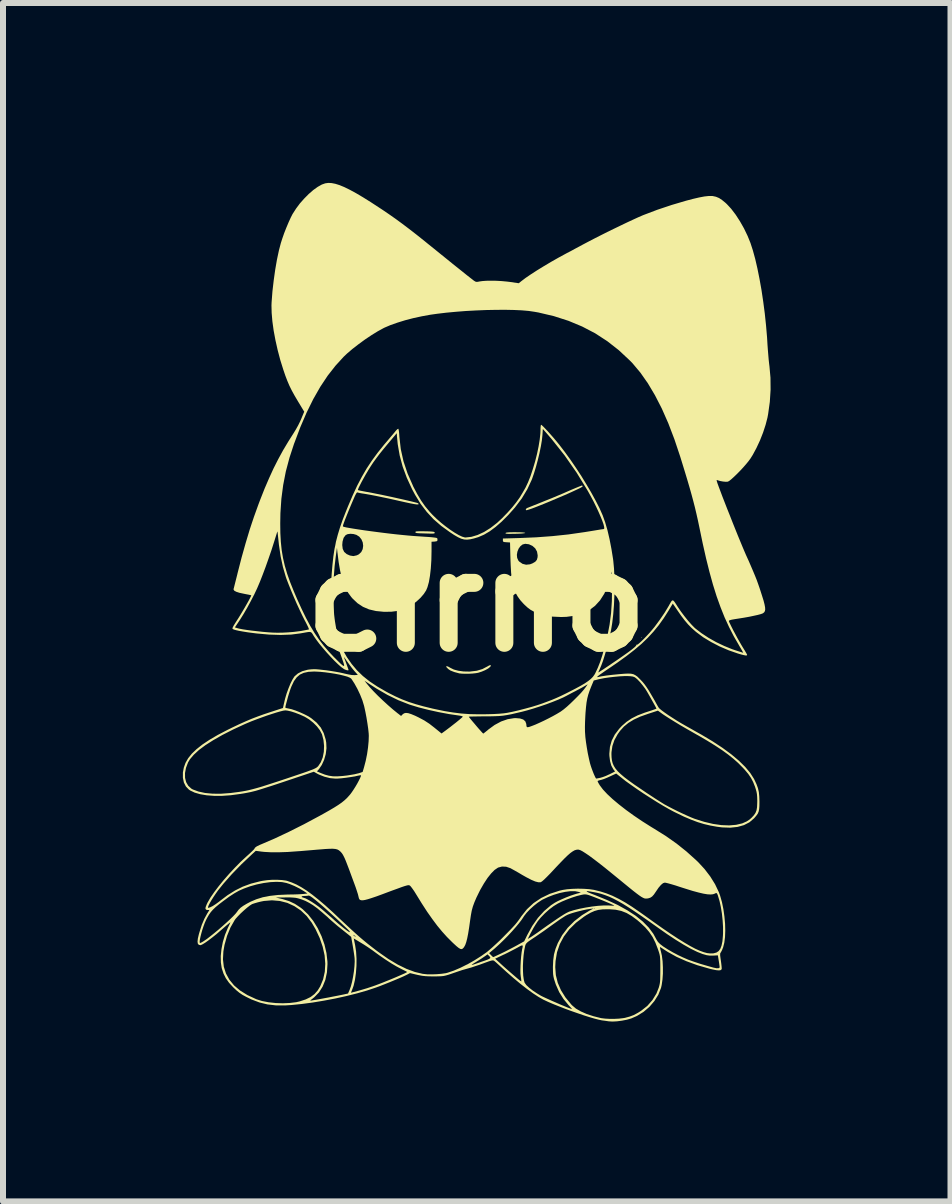
<source format=kicad_pcb>
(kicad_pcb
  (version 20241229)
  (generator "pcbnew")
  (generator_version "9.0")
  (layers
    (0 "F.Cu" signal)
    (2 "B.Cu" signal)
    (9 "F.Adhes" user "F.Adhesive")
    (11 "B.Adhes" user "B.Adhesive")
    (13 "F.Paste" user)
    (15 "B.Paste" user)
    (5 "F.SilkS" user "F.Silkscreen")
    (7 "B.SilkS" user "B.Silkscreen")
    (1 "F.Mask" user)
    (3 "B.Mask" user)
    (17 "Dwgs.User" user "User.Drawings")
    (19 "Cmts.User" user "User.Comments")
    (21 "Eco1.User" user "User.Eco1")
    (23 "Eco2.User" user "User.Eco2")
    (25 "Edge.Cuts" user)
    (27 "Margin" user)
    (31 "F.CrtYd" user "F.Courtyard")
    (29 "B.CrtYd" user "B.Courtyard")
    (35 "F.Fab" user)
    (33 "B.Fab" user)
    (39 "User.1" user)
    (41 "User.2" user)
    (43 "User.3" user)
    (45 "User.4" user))
  (footprint "cirno"
    (layer "F.Cu")
    (at 4.896 6.991)
    (property "Reference" "cirno" (at 0 0 0) (layer "F.SilkS") (effects (font (size 1.5 1.5) (thickness 0.3))))
    (attr board_only exclude_from_pos_files exclude_from_bom)
    (fp_poly (pts (xy 2.754 0.592) (xy 2.749 0.598) (xy 2.743 0.592) (xy 2.749 0.586)) (stroke (width 0) (type solid)) (fill yes) (layer "F.SilkS"))
    (fp_poly (pts (xy 0.724 -1.165) (xy 0.777 -1.162) (xy 0.806 -1.158) (xy 0.813 -1.153) (xy 0.796 -1.149) (xy 0.755 -1.144) (xy 0.692 -1.141) (xy 0.647 -1.14) (xy 0.578 -1.139) (xy 0.531 -1.139) (xy 0.501 -1.141) (xy 0.486 -1.145) (xy 0.483 -1.151) (xy 0.483 -1.151) (xy 0.492 -1.158) (xy 0.515 -1.162) (xy 0.555 -1.165) (xy 0.614 -1.166) (xy 0.649 -1.166)) (stroke (width 0) (type solid)) (fill yes) (layer "F.SilkS"))
    (fp_poly (pts (xy -0.885 -1.182) (xy -0.859 -1.181) (xy -0.793 -1.18) (xy -0.747 -1.177) (xy -0.718 -1.174) (xy -0.703 -1.169) (xy -0.698 -1.162) (xy -0.697 -1.161) (xy -0.698 -1.153) (xy -0.701 -1.148) (xy -0.71 -1.145) (xy -0.728 -1.143) (xy -0.76 -1.143) (xy -0.808 -1.144) (xy -0.876 -1.146) (xy -0.938 -1.148) (xy -0.979 -1.15) (xy -1.005 -1.154) (xy -1.017 -1.16) (xy -1.02 -1.167) (xy -1.017 -1.174) (xy -1.005 -1.179) (xy -0.981 -1.181) (xy -0.943 -1.182)) (stroke (width 0) (type solid)) (fill yes) (layer "F.SilkS"))
    (fp_poly (pts (xy 0.24 1.057) (xy 0.231 1.076) (xy 0.226 1.081) (xy 0.194 1.107) (xy 0.145 1.134) (xy 0.086 1.159) (xy 0.027 1.178) (xy -0.014 1.185) (xy -0.07 1.191) (xy -0.133 1.194) (xy -0.195 1.194) (xy -0.249 1.192) (xy -0.287 1.188) (xy -0.372 1.165) (xy -0.435 1.14) (xy -0.468 1.118) (xy -0.497 1.09) (xy -0.506 1.073) (xy -0.497 1.067) (xy -0.472 1.075) (xy -0.435 1.096) (xy -0.378 1.124) (xy -0.303 1.144) (xy -0.216 1.156) (xy -0.121 1.158) (xy -0.105 1.157) (xy 0.004 1.144) (xy 0.098 1.116) (xy 0.18 1.073) (xy 0.182 1.072) (xy 0.212 1.055) (xy 0.233 1.05)) (stroke (width 0) (type solid)) (fill yes) (layer "F.SilkS"))
    (fp_poly (pts (xy 1.769 -1.936) (xy 1.77 -1.93) (xy 1.759 -1.921) (xy 1.73 -1.904) (xy 1.684 -1.882) (xy 1.624 -1.854) (xy 1.554 -1.822) (xy 1.475 -1.787) (xy 1.39 -1.751) (xy 1.303 -1.714) (xy 1.216 -1.677) (xy 1.131 -1.642) (xy 1.051 -1.61) (xy 0.98 -1.582) (xy 0.919 -1.559) (xy 0.871 -1.543) (xy 0.84 -1.534) (xy 0.827 -1.533) (xy 0.821 -1.55) (xy 0.838 -1.566) (xy 0.847 -1.571) (xy 0.866 -1.578) (xy 0.903 -1.593) (xy 0.953 -1.613) (xy 1.014 -1.637) (xy 1.078 -1.663) (xy 1.157 -1.695) (xy 1.25 -1.732) (xy 1.348 -1.773) (xy 1.443 -1.813) (xy 1.516 -1.845) (xy 1.585 -1.875) (xy 1.647 -1.901) (xy 1.698 -1.922) (xy 1.736 -1.937) (xy 1.757 -1.945) (xy 1.76 -1.946)) (stroke (width 0) (type solid)) (fill yes) (layer "F.SilkS"))
    (fp_poly (pts (xy -2.416 -6.988) (xy -2.354 -6.976) (xy -2.284 -6.954) (xy -2.204 -6.921) (xy -2.114 -6.877) (xy -2.011 -6.821) (xy -1.894 -6.752) (xy -1.763 -6.67) (xy -1.616 -6.574) (xy -1.561 -6.538) (xy -1.454 -6.465) (xy -1.347 -6.39) (xy -1.238 -6.31) (xy -1.123 -6.223) (xy -0.998 -6.126) (xy -0.86 -6.016) (xy -0.815 -5.979) (xy -0.704 -5.89) (xy -0.597 -5.803) (xy -0.494 -5.72) (xy -0.398 -5.642) (xy -0.309 -5.571) (xy -0.23 -5.508) (xy -0.163 -5.454) (xy -0.108 -5.411) (xy -0.068 -5.38) (xy -0.044 -5.361) (xy -0.041 -5.359) (xy -0.016 -5.344) (xy 0.007 -5.34) (xy 0.039 -5.345) (xy 0.047 -5.347) (xy 0.096 -5.354) (xy 0.163 -5.359) (xy 0.242 -5.36) (xy 0.329 -5.359) (xy 0.418 -5.354) (xy 0.503 -5.346) (xy 0.554 -5.34) (xy 0.704 -5.318) (xy 0.748 -5.353) (xy 0.818 -5.406) (xy 0.906 -5.466) (xy 1.008 -5.532) (xy 1.122 -5.602) (xy 1.243 -5.674) (xy 1.368 -5.745) (xy 1.495 -5.814) (xy 1.506 -5.82) (xy 1.572 -5.854) (xy 1.647 -5.895) (xy 1.722 -5.935) (xy 1.77 -5.961) (xy 1.859 -6.008) (xy 1.959 -6.06) (xy 2.067 -6.115) (xy 2.18 -6.172) (xy 2.295 -6.228) (xy 2.407 -6.282) (xy 2.513 -6.333) (xy 2.61 -6.378) (xy 2.695 -6.417) (xy 2.764 -6.447) (xy 2.783 -6.455) (xy 3.015 -6.543) (xy 3.254 -6.623) (xy 3.491 -6.693) (xy 3.604 -6.723) (xy 3.711 -6.748) (xy 3.801 -6.765) (xy 3.875 -6.773) (xy 3.938 -6.772) (xy 3.993 -6.76) (xy 4.044 -6.739) (xy 4.094 -6.706) (xy 4.148 -6.662) (xy 4.174 -6.638) (xy 4.247 -6.559) (xy 4.321 -6.462) (xy 4.393 -6.351) (xy 4.461 -6.231) (xy 4.521 -6.106) (xy 4.568 -5.99) (xy 4.608 -5.867) (xy 4.647 -5.725) (xy 4.684 -5.565) (xy 4.719 -5.391) (xy 4.752 -5.206) (xy 4.781 -5.012) (xy 4.807 -4.814) (xy 4.828 -4.614) (xy 4.845 -4.415) (xy 4.852 -4.296) (xy 4.858 -4.213) (xy 4.865 -4.127) (xy 4.872 -4.044) (xy 4.88 -3.972) (xy 4.885 -3.932) (xy 4.902 -3.743) (xy 4.904 -3.543) (xy 4.891 -3.339) (xy 4.863 -3.137) (xy 4.852 -3.078) (xy 4.821 -2.958) (xy 4.779 -2.829) (xy 4.727 -2.697) (xy 4.668 -2.57) (xy 4.606 -2.455) (xy 4.569 -2.396) (xy 4.537 -2.352) (xy 4.496 -2.302) (xy 4.448 -2.247) (xy 4.396 -2.191) (xy 4.344 -2.138) (xy 4.294 -2.09) (xy 4.25 -2.05) (xy 4.215 -2.022) (xy 4.191 -2.009) (xy 4.191 -2.009) (xy 4.158 -2.007) (xy 4.112 -2.011) (xy 4.063 -2.02) (xy 4.019 -2.033) (xy 4.018 -2.034) (xy 4.007 -2.037) (xy 4.004 -2.03) (xy 4.009 -2.011) (xy 4.019 -1.979) (xy 4.039 -1.924) (xy 4.067 -1.85) (xy 4.1 -1.762) (xy 4.139 -1.662) (xy 4.181 -1.554) (xy 4.226 -1.442) (xy 4.271 -1.327) (xy 4.316 -1.215) (xy 4.359 -1.108) (xy 4.4 -1.009) (xy 4.436 -0.922) (xy 4.466 -0.851) (xy 4.489 -0.798) (xy 4.489 -0.797) (xy 4.54 -0.685) (xy 4.581 -0.59) (xy 4.616 -0.508) (xy 4.646 -0.436) (xy 4.672 -0.371) (xy 4.695 -0.307) (xy 4.718 -0.241) (xy 4.73 -0.205) (xy 4.762 -0.105) (xy 4.787 -0.025) (xy 4.803 0.038) (xy 4.812 0.086) (xy 4.814 0.123) (xy 4.809 0.149) (xy 4.797 0.169) (xy 4.779 0.184) (xy 4.765 0.191) (xy 4.735 0.201) (xy 4.686 0.214) (xy 4.622 0.228) (xy 4.546 0.244) (xy 4.462 0.259) (xy 4.374 0.273) (xy 4.31 0.283) (xy 4.253 0.293) (xy 4.219 0.303) (xy 4.208 0.313) (xy 4.213 0.33) (xy 4.229 0.364) (xy 4.252 0.411) (xy 4.28 0.467) (xy 4.313 0.528) (xy 4.347 0.592) (xy 4.382 0.654) (xy 4.414 0.71) (xy 4.442 0.757) (xy 4.444 0.76) (xy 4.472 0.805) (xy 4.494 0.843) (xy 4.509 0.87) (xy 4.513 0.88) (xy 4.508 0.888) (xy 4.491 0.89) (xy 4.46 0.884) (xy 4.411 0.872) (xy 4.36 0.857) (xy 4.207 0.804) (xy 4.055 0.739) (xy 3.912 0.665) (xy 3.781 0.586) (xy 3.668 0.502) (xy 3.651 0.488) (xy 3.586 0.43) (xy 3.528 0.371) (xy 3.472 0.305) (xy 3.414 0.229) (xy 3.355 0.144) (xy 3.273 0.024) (xy 3.201 0.144) (xy 3.122 0.268) (xy 3.04 0.383) (xy 2.952 0.491) (xy 2.857 0.594) (xy 2.751 0.696) (xy 2.632 0.797) (xy 2.498 0.901) (xy 2.347 1.01) (xy 2.233 1.088) (xy 2.154 1.141) (xy 2.094 1.183) (xy 2.051 1.213) (xy 2.024 1.234) (xy 2.012 1.247) (xy 2.013 1.251) (xy 2.022 1.25) (xy 2.083 1.237) (xy 2.165 1.224) (xy 2.266 1.212) (xy 2.379 1.201) (xy 2.462 1.194) (xy 2.525 1.191) (xy 2.575 1.193) (xy 2.614 1.201) (xy 2.647 1.217) (xy 2.68 1.24) (xy 2.715 1.274) (xy 2.737 1.296) (xy 2.771 1.332) (xy 2.802 1.37) (xy 2.833 1.413) (xy 2.867 1.464) (xy 2.905 1.528) (xy 2.951 1.607) (xy 2.973 1.645) (xy 2.997 1.689) (xy 3.019 1.728) (xy 3.035 1.755) (xy 3.036 1.757) (xy 3.054 1.777) (xy 3.089 1.806) (xy 3.138 1.842) (xy 3.198 1.884) (xy 3.266 1.928) (xy 3.338 1.974) (xy 3.411 2.018) (xy 3.446 2.038) (xy 3.5 2.069) (xy 3.568 2.107) (xy 3.642 2.149) (xy 3.715 2.19) (xy 3.751 2.21) (xy 3.935 2.32) (xy 4.101 2.429) (xy 4.248 2.537) (xy 4.374 2.643) (xy 4.48 2.747) (xy 4.564 2.848) (xy 4.626 2.945) (xy 4.634 2.961) (xy 4.669 3.036) (xy 4.693 3.102) (xy 4.708 3.167) (xy 4.715 3.238) (xy 4.718 3.325) (xy 4.718 3.329) (xy 4.717 3.4) (xy 4.713 3.453) (xy 4.704 3.494) (xy 4.689 3.529) (xy 4.664 3.563) (xy 4.63 3.603) (xy 4.627 3.606) (xy 4.551 3.671) (xy 4.46 3.718) (xy 4.354 3.748) (xy 4.232 3.761) (xy 4.094 3.756) (xy 4.009 3.745) (xy 3.898 3.725) (xy 3.792 3.7) (xy 3.687 3.668) (xy 3.578 3.627) (xy 3.46 3.577) (xy 3.33 3.514) (xy 3.289 3.494) (xy 3.207 3.45) (xy 3.111 3.395) (xy 3.005 3.331) (xy 2.894 3.261) (xy 2.782 3.189) (xy 2.674 3.116) (xy 2.574 3.046) (xy 2.486 2.983) (xy 2.432 2.94) (xy 2.329 2.858) (xy 2.228 2.905) (xy 2.177 2.928) (xy 2.128 2.948) (xy 2.088 2.961) (xy 2.077 2.964) (xy 2.044 2.972) (xy 2.023 2.98) (xy 2.019 2.982) (xy 2.022 2.994) (xy 2.035 3.02) (xy 2.056 3.055) (xy 2.057 3.056) (xy 2.109 3.125) (xy 2.181 3.202) (xy 2.27 3.285) (xy 2.375 3.373) (xy 2.493 3.465) (xy 2.623 3.559) (xy 2.762 3.653) (xy 2.909 3.746) (xy 2.965 3.78) (xy 3.16 3.902) (xy 3.336 4.026) (xy 3.5 4.157) (xy 3.657 4.298) (xy 3.696 4.335) (xy 3.803 4.451) (xy 3.898 4.575) (xy 3.978 4.704) (xy 4.039 4.832) (xy 4.062 4.894) (xy 4.093 5.003) (xy 4.117 5.12) (xy 4.134 5.241) (xy 4.145 5.362) (xy 4.148 5.478) (xy 4.144 5.585) (xy 4.132 5.679) (xy 4.113 5.755) (xy 4.111 5.76) (xy 4.095 5.8) (xy 4.079 5.832) (xy 4.069 5.848) (xy 4.068 5.849) (xy 4.063 5.861) (xy 4.063 5.891) (xy 4.069 5.94) (xy 4.075 5.98) (xy 4.082 6.032) (xy 4.087 6.078) (xy 4.089 6.11) (xy 4.087 6.122) (xy 4.073 6.136) (xy 4.044 6.141) (xy 3.997 6.137) (xy 3.932 6.124) (xy 3.883 6.112) (xy 3.682 6.054) (xy 3.501 5.988) (xy 3.337 5.915) (xy 3.188 5.832) (xy 3.141 5.802) (xy 3.106 5.779) (xy 3.078 5.761) (xy 3.063 5.752) (xy 3.059 5.757) (xy 3.063 5.781) (xy 3.073 5.817) (xy 3.091 5.894) (xy 3.103 5.987) (xy 3.108 6.089) (xy 3.108 6.194) (xy 3.101 6.294) (xy 3.088 6.384) (xy 3.077 6.432) (xy 3.032 6.546) (xy 2.966 6.652) (xy 2.884 6.748) (xy 2.786 6.832) (xy 2.676 6.9) (xy 2.58 6.942) (xy 2.508 6.963) (xy 2.426 6.979) (xy 2.343 6.99) (xy 2.266 6.994) (xy 2.204 6.99) (xy 2.178 6.986) (xy 2.137 6.98) (xy 2.09 6.974) (xy 2.086 6.973) (xy 2.034 6.962) (xy 1.965 6.944) (xy 1.88 6.919) (xy 1.785 6.889) (xy 1.683 6.854) (xy 1.577 6.817) (xy 1.471 6.778) (xy 1.369 6.738) (xy 1.274 6.7) (xy 1.19 6.664) (xy 1.12 6.631) (xy 1.113 6.628) (xy 1.034 6.583) (xy 0.942 6.523) (xy 0.84 6.449) (xy 0.73 6.363) (xy 0.615 6.267) (xy 0.496 6.163) (xy 0.451 6.122) (xy 0.403 6.078) (xy 0.359 6.038) (xy 0.324 6.006) (xy 0.3 5.986) (xy 0.293 5.98) (xy 0.282 5.975) (xy 0.265 5.974) (xy 0.241 5.979) (xy 0.203 5.991) (xy 0.15 6.01) (xy 0.115 6.023) (xy 0.049 6.047) (xy -0.02 6.07) (xy -0.082 6.091) (xy -0.131 6.105) (xy -0.135 6.106) (xy -0.174 6.117) (xy -0.205 6.126) (xy -0.235 6.134) (xy -0.267 6.145) (xy -0.306 6.158) (xy -0.359 6.176) (xy -0.422 6.198) (xy -0.473 6.215) (xy -0.513 6.226) (xy -0.549 6.234) (xy -0.588 6.238) (xy -0.637 6.24) (xy -0.702 6.241) (xy -0.709 6.241) (xy -0.787 6.24) (xy -0.849 6.237) (xy -0.904 6.231) (xy -0.958 6.221) (xy -0.991 6.214) (xy -1.109 6.186) (xy -1.167 6.216) (xy -1.217 6.24) (xy -1.285 6.27) (xy -1.364 6.303) (xy -1.451 6.339) (xy -1.539 6.374) (xy -1.623 6.407) (xy -1.681 6.428) (xy -1.828 6.477) (xy -1.993 6.524) (xy -2.172 6.569) (xy -2.358 6.61) (xy -2.548 6.646) (xy -2.735 6.677) (xy -2.915 6.701) (xy -3.083 6.718) (xy -3.196 6.725) (xy -3.347 6.724) (xy -3.486 6.708) (xy -3.618 6.676) (xy -3.751 6.626) (xy -3.839 6.583) (xy -3.902 6.549) (xy -3.954 6.514) (xy -4.003 6.474) (xy -4.057 6.423) (xy -4.127 6.347) (xy -4.18 6.272) (xy -4.219 6.194) (xy -4.248 6.105) (xy -4.249 6.101) (xy -4.263 6.008) (xy -4.264 5.956) (xy -4.228 5.956) (xy -4.214 6.079) (xy -4.178 6.192) (xy -4.121 6.296) (xy -4.043 6.391) (xy -3.943 6.476) (xy -3.821 6.552) (xy -3.679 6.618) (xy -3.67 6.622) (xy -3.577 6.651) (xy -3.469 6.672) (xy -3.351 6.685) (xy -3.231 6.689) (xy -3.114 6.684) (xy -3.007 6.671) (xy -2.95 6.658) (xy -2.849 6.625) (xy -2.767 6.585) (xy -2.701 6.535) (xy -2.647 6.473) (xy -2.606 6.406) (xy -2.558 6.29) (xy -2.53 6.164) (xy -2.522 6.03) (xy -2.533 5.891) (xy -2.565 5.747) (xy -2.615 5.601) (xy -2.684 5.454) (xy -2.748 5.345) (xy -2.832 5.234) (xy -2.929 5.142) (xy -3.038 5.069) (xy -3.155 5.015) (xy -3.28 4.983) (xy -3.411 4.972) (xy -3.545 4.983) (xy -3.595 4.993) (xy -3.648 5.006) (xy -3.696 5.02) (xy -3.733 5.032) (xy -3.745 5.037) (xy -3.781 5.06) (xy -3.827 5.096) (xy -3.879 5.141) (xy -3.931 5.189) (xy -3.978 5.237) (xy -4.016 5.279) (xy -4.032 5.301) (xy -4.103 5.426) (xy -4.16 5.565) (xy -4.202 5.715) (xy -4.221 5.824) (xy -4.228 5.956) (xy -4.264 5.956) (xy -4.265 5.901) (xy -4.253 5.786) (xy -4.23 5.667) (xy -4.195 5.55) (xy -4.15 5.44) (xy -4.142 5.423) (xy -4.123 5.384) (xy -4.11 5.355) (xy -4.105 5.34) (xy -4.105 5.339) (xy -4.114 5.345) (xy -4.138 5.365) (xy -4.174 5.395) (xy -4.219 5.434) (xy -4.261 5.47) (xy -4.334 5.534) (xy -4.404 5.59) (xy -4.468 5.639) (xy -4.523 5.678) (xy -4.567 5.705) (xy -4.597 5.719) (xy -4.605 5.72) (xy -4.631 5.714) (xy -4.647 5.695) (xy -4.652 5.663) (xy -4.617 5.663) (xy -4.614 5.682) (xy -4.61 5.685) (xy -4.595 5.679) (xy -4.567 5.664) (xy -4.547 5.651) (xy -4.498 5.618) (xy -4.44 5.573) (xy -4.375 5.521) (xy -4.306 5.464) (xy -4.237 5.404) (xy -4.171 5.345) (xy -4.11 5.289) (xy -4.059 5.239) (xy -4.02 5.198) (xy -3.996 5.168) (xy -3.996 5.168) (xy -3.968 5.13) (xy -3.934 5.096) (xy -3.89 5.064) (xy -3.831 5.029) (xy -3.767 4.995) (xy -3.67 4.954) (xy -3.576 4.925) (xy -3.346 4.925) (xy -3.23 4.953) (xy -3.124 4.986) (xy -3.029 5.031) (xy -2.936 5.092) (xy -2.901 5.119) (xy -2.808 5.208) (xy -2.722 5.316) (xy -2.647 5.438) (xy -2.584 5.571) (xy -2.535 5.71) (xy -2.502 5.852) (xy -2.486 5.992) (xy -2.485 6.036) (xy -2.494 6.174) (xy -2.521 6.3) (xy -2.566 6.411) (xy -2.627 6.508) (xy -2.706 6.589) (xy -2.736 6.613) (xy -2.76 6.632) (xy -2.772 6.644) (xy -2.771 6.646) (xy -2.757 6.644) (xy -2.723 6.638) (xy -2.674 6.63) (xy -2.613 6.619) (xy -2.543 6.606) (xy -2.538 6.605) (xy -2.461 6.591) (xy -2.386 6.576) (xy -2.318 6.563) (xy -2.263 6.552) (xy -2.229 6.545) (xy -2.142 6.526) (xy -2.137 6.514) (xy -2.094 6.514) (xy -1.964 6.479) (xy -1.899 6.46) (xy -1.822 6.437) (xy -1.744 6.411) (xy -1.689 6.392) (xy -1.636 6.372) (xy -1.573 6.348) (xy -1.504 6.32) (xy -1.432 6.291) (xy -1.362 6.262) (xy -1.297 6.234) (xy -1.242 6.21) (xy -1.199 6.191) (xy -1.175 6.179) (xy -1.172 6.178) (xy -1.163 6.172) (xy -1.16 6.167) (xy -1.167 6.16) (xy -1.187 6.15) (xy -1.222 6.133) (xy -1.248 6.12) (xy -1.328 6.078) (xy -1.42 6.024) (xy -1.52 5.959) (xy -1.622 5.889) (xy -1.678 5.848) (xy -1.739 5.803) (xy -1.809 5.755) (xy -1.878 5.71) (xy -1.924 5.682) (xy -2.047 5.608) (xy -2.024 5.72) (xy -2.008 5.828) (xy -2.001 5.945) (xy -2.002 6.067) (xy -2.011 6.187) (xy -2.027 6.299) (xy -2.05 6.398) (xy -2.068 6.448) (xy -2.094 6.514) (xy -2.137 6.514) (xy -2.116 6.465) (xy -2.095 6.407) (xy -2.075 6.331) (xy -2.058 6.245) (xy -2.044 6.156) (xy -2.035 6.069) (xy -2.031 5.992) (xy -2.033 5.937) (xy -2.038 5.896) (xy -2.046 5.841) (xy -2.056 5.778) (xy -2.065 5.724) (xy -2.09 5.582) (xy -2.133 5.547) (xy -2.06 5.547) (xy -2.058 5.551) (xy -2.046 5.561) (xy -2.025 5.576) (xy -2.017 5.578) (xy -2.016 5.574) (xy -2.025 5.565) (xy -2.042 5.556) (xy -2.06 5.547) (xy -2.133 5.547) (xy -2.214 5.482) (xy -2.269 5.438) (xy -2.312 5.404) (xy -2.346 5.375) (xy -2.378 5.347) (xy -2.414 5.316) (xy -2.458 5.277) (xy -2.487 5.249) (xy -2.578 5.17) (xy -2.656 5.105) (xy -2.726 5.054) (xy -2.791 5.014) (xy -2.853 4.982) (xy -2.917 4.957) (xy -2.936 4.951) (xy -2.977 4.939) (xy -3.014 4.931) (xy -3.054 4.927) (xy -3.104 4.924) (xy -3.17 4.924) (xy -3.186 4.924) (xy -3.346 4.925) (xy -3.576 4.925) (xy -3.564 4.921) (xy -3.504 4.91) (xy -2.917 4.91) (xy -2.912 4.919) (xy -2.884 4.929) (xy -2.884 4.929) (xy -2.849 4.941) (xy -2.802 4.966) (xy -2.746 4.999) (xy -2.686 5.039) (xy -2.629 5.08) (xy -2.583 5.117) (xy -2.542 5.152) (xy -2.49 5.198) (xy -2.433 5.247) (xy -2.379 5.295) (xy -2.379 5.296) (xy -2.312 5.355) (xy -2.251 5.406) (xy -2.198 5.449) (xy -2.156 5.48) (xy -2.127 5.499) (xy -2.112 5.504) (xy -2.112 5.503) (xy -2.115 5.492) (xy -2.132 5.471) (xy -2.14 5.463) (xy -2.254 5.354) (xy -2.36 5.255) (xy -2.458 5.165) (xy -2.545 5.087) (xy -2.621 5.021) (xy -2.686 4.967) (xy -2.737 4.927) (xy -2.774 4.902) (xy -2.795 4.893) (xy -2.799 4.893) (xy -2.82 4.897) (xy -2.854 4.899) (xy -2.867 4.899) (xy -2.902 4.902) (xy -2.917 4.91) (xy -3.504 4.91) (xy -3.445 4.898) (xy -3.31 4.883) (xy -3.157 4.876) (xy -3.104 4.875) (xy -3.039 4.874) (xy -2.976 4.872) (xy -2.922 4.869) (xy -2.884 4.866) (xy -2.883 4.866) (xy -2.819 4.858) (xy -2.884 4.816) (xy -2.954 4.774) (xy -3.035 4.734) (xy -3.117 4.7) (xy -3.169 4.683) (xy -3.244 4.668) (xy -3.336 4.664) (xy -3.439 4.669) (xy -3.55 4.684) (xy -3.663 4.707) (xy -3.774 4.738) (xy -3.782 4.741) (xy -3.879 4.776) (xy -3.961 4.812) (xy -4.037 4.855) (xy -4.117 4.907) (xy -4.134 4.919) (xy -4.221 4.983) (xy -4.292 5.037) (xy -4.349 5.084) (xy -4.394 5.127) (xy -4.431 5.169) (xy -4.461 5.212) (xy -4.489 5.26) (xy -4.509 5.298) (xy -4.531 5.347) (xy -4.552 5.404) (xy -4.572 5.464) (xy -4.589 5.524) (xy -4.603 5.58) (xy -4.613 5.628) (xy -4.617 5.663) (xy -4.652 5.663) (xy -4.652 5.661) (xy -4.647 5.611) (xy -4.631 5.542) (xy -4.619 5.5) (xy -4.581 5.381) (xy -4.538 5.28) (xy -4.489 5.19) (xy -4.454 5.134) (xy -4.484 5.134) (xy -4.509 5.129) (xy -4.52 5.112) (xy -4.517 5.086) (xy -4.478 5.086) (xy -4.477 5.098) (xy -4.476 5.098) (xy -4.444 5.09) (xy -4.399 5.068) (xy -4.347 5.034) (xy -4.289 4.992) (xy -4.284 4.987) (xy -4.153 4.888) (xy -4.026 4.808) (xy -3.897 4.744) (xy -3.761 4.694) (xy -3.613 4.656) (xy -3.568 4.647) (xy -3.491 4.636) (xy -3.407 4.63) (xy -3.322 4.63) (xy -3.243 4.634) (xy -3.178 4.643) (xy -3.157 4.648) (xy -3.08 4.675) (xy -3.002 4.709) (xy -2.92 4.754) (xy -2.832 4.81) (xy -2.738 4.879) (xy -2.635 4.961) (xy -2.522 5.057) (xy -2.397 5.17) (xy -2.286 5.275) (xy -2.184 5.37) (xy -2.096 5.452) (xy -2.018 5.523) (xy -1.947 5.586) (xy -1.88 5.643) (xy -1.813 5.698) (xy -1.744 5.752) (xy -1.67 5.809) (xy -1.629 5.839) (xy -1.469 5.951) (xy -1.315 6.043) (xy -1.168 6.115) (xy -1.028 6.167) (xy -0.898 6.198) (xy -0.89 6.199) (xy -0.824 6.206) (xy -0.745 6.207) (xy -0.661 6.204) (xy -0.581 6.197) (xy -0.511 6.187) (xy -0.481 6.179) (xy -0.38 6.145) (xy -0.268 6.097) (xy -0.17 6.048) (xy -0.081 6.048) (xy -0.075 6.05) (xy -0.05 6.043) (xy -0.005 6.028) (xy 0.06 6.005) (xy 0.076 5.999) (xy 0.141 5.977) (xy 0.186 5.96) (xy 0.214 5.947) (xy 0.214 5.946) (xy 0.311 5.946) (xy 0.393 6.021) (xy 0.442 6.066) (xy 0.496 6.114) (xy 0.551 6.162) (xy 0.604 6.208) (xy 0.653 6.25) (xy 0.694 6.285) (xy 0.725 6.31) (xy 0.744 6.323) (xy 0.747 6.325) (xy 0.747 6.312) (xy 0.744 6.282) (xy 0.738 6.243) (xy 0.738 6.242) (xy 0.733 6.197) (xy 0.732 6.135) (xy 0.734 6.067) (xy 0.774 6.067) (xy 0.775 6.153) (xy 0.779 6.229) (xy 0.788 6.293) (xy 0.8 6.34) (xy 0.803 6.347) (xy 0.831 6.386) (xy 0.878 6.43) (xy 0.942 6.48) (xy 1.02 6.531) (xy 1.072 6.562) (xy 1.101 6.577) (xy 1.144 6.597) (xy 1.199 6.622) (xy 1.261 6.65) (xy 1.328 6.679) (xy 1.394 6.708) (xy 1.457 6.734) (xy 1.512 6.757) (xy 1.556 6.774) (xy 1.585 6.784) (xy 1.593 6.786) (xy 1.588 6.779) (xy 1.57 6.758) (xy 1.544 6.729) (xy 1.539 6.725) (xy 1.45 6.617) (xy 1.378 6.502) (xy 1.322 6.375) (xy 1.307 6.329) (xy 1.292 6.283) (xy 1.283 6.242) (xy 1.277 6.201) (xy 1.275 6.151) (xy 1.274 6.086) (xy 1.313 6.086) (xy 1.323 6.22) (xy 1.355 6.348) (xy 1.408 6.471) (xy 1.483 6.591) (xy 1.581 6.71) (xy 1.598 6.727) (xy 1.658 6.778) (xy 1.74 6.825) (xy 1.838 6.868) (xy 1.951 6.905) (xy 2.075 6.936) (xy 2.087 6.938) (xy 2.146 6.945) (xy 2.22 6.949) (xy 2.3 6.949) (xy 2.378 6.945) (xy 2.446 6.937) (xy 2.476 6.932) (xy 2.556 6.91) (xy 2.625 6.884) (xy 2.693 6.847) (xy 2.744 6.815) (xy 2.848 6.733) (xy 2.933 6.636) (xy 3 6.527) (xy 3.039 6.429) (xy 3.048 6.397) (xy 3.055 6.367) (xy 3.06 6.333) (xy 3.063 6.291) (xy 3.064 6.238) (xy 3.065 6.167) (xy 3.065 6.124) (xy 3.065 6.047) (xy 3.064 5.988) (xy 3.062 5.943) (xy 3.059 5.908) (xy 3.053 5.877) (xy 3.045 5.846) (xy 3.033 5.81) (xy 3.025 5.787) (xy 2.983 5.678) (xy 2.936 5.584) (xy 2.88 5.501) (xy 2.812 5.422) (xy 2.727 5.342) (xy 2.679 5.301) (xy 2.587 5.233) (xy 2.501 5.183) (xy 2.414 5.149) (xy 2.32 5.129) (xy 2.215 5.121) (xy 2.186 5.121) (xy 2.103 5.123) (xy 2.032 5.132) (xy 1.968 5.15) (xy 1.904 5.178) (xy 1.832 5.219) (xy 1.79 5.247) (xy 1.658 5.347) (xy 1.547 5.456) (xy 1.457 5.575) (xy 1.389 5.702) (xy 1.342 5.839) (xy 1.318 5.985) (xy 1.313 6.086) (xy 1.274 6.086) (xy 1.274 6.085) (xy 1.274 6.083) (xy 1.279 5.972) (xy 1.292 5.875) (xy 1.317 5.783) (xy 1.355 5.687) (xy 1.358 5.681) (xy 1.429 5.552) (xy 1.521 5.43) (xy 1.631 5.32) (xy 1.758 5.221) (xy 1.881 5.146) (xy 1.952 5.108) (xy 1.887 5.116) (xy 1.833 5.125) (xy 1.769 5.139) (xy 1.7 5.156) (xy 1.633 5.174) (xy 1.574 5.192) (xy 1.528 5.209) (xy 1.513 5.216) (xy 1.482 5.232) (xy 1.445 5.256) (xy 1.397 5.287) (xy 1.339 5.328) (xy 1.266 5.38) (xy 1.18 5.442) (xy 1.119 5.486) (xy 1.05 5.533) (xy 0.984 5.579) (xy 0.938 5.609) (xy 0.888 5.643) (xy 0.855 5.667) (xy 0.834 5.687) (xy 0.821 5.705) (xy 0.813 5.725) (xy 0.811 5.735) (xy 0.796 5.807) (xy 0.785 5.89) (xy 0.778 5.978) (xy 0.774 6.067) (xy 0.734 6.067) (xy 0.734 6.062) (xy 0.738 5.985) (xy 0.744 5.909) (xy 0.752 5.841) (xy 0.761 5.787) (xy 0.762 5.784) (xy 0.77 5.748) (xy 0.77 5.728) (xy 0.759 5.723) (xy 0.734 5.733) (xy 0.692 5.756) (xy 0.689 5.758) (xy 0.644 5.782) (xy 0.586 5.812) (xy 0.522 5.845) (xy 0.459 5.876) (xy 0.457 5.876) (xy 0.311 5.946) (xy 0.214 5.946) (xy 0.228 5.936) (xy 0.23 5.926) (xy 0.223 5.914) (xy 0.212 5.902) (xy 0.184 5.873) (xy 0.147 5.9) (xy 0.122 5.917) (xy 0.083 5.943) (xy 0.036 5.973) (xy 0 5.995) (xy -0.043 6.021) (xy -0.07 6.039) (xy -0.081 6.048) (xy -0.17 6.048) (xy -0.15 6.039) (xy -0.033 5.972) (xy 0.079 5.901) (xy 0.147 5.853) (xy 0.21 5.853) (xy 0.242 5.886) (xy 0.263 5.907) (xy 0.277 5.919) (xy 0.278 5.919) (xy 0.29 5.915) (xy 0.318 5.902) (xy 0.359 5.883) (xy 0.408 5.86) (xy 0.472 5.829) (xy 0.546 5.791) (xy 0.619 5.753) (xy 0.664 5.729) (xy 0.795 5.656) (xy 0.814 5.617) (xy 0.854 5.617) (xy 0.899 5.59) (xy 0.925 5.573) (xy 0.965 5.546) (xy 1.015 5.512) (xy 1.067 5.475) (xy 1.076 5.468) (xy 1.182 5.393) (xy 1.272 5.331) (xy 1.346 5.28) (xy 1.406 5.24) (xy 1.455 5.209) (xy 1.494 5.186) (xy 1.526 5.17) (xy 1.548 5.16) (xy 1.625 5.136) (xy 1.718 5.113) (xy 1.759 5.105) (xy 1.957 5.105) (xy 1.963 5.11) (xy 1.969 5.105) (xy 1.963 5.099) (xy 1.957 5.105) (xy 1.759 5.105) (xy 1.819 5.093) (xy 1.925 5.076) (xy 2.027 5.064) (xy 2.122 5.058) (xy 2.202 5.058) (xy 2.232 5.06) (xy 2.268 5.062) (xy 2.291 5.062) (xy 2.297 5.06) (xy 2.283 5.052) (xy 2.251 5.037) (xy 2.206 5.017) (xy 2.151 4.994) (xy 2.091 4.969) (xy 2.03 4.945) (xy 1.972 4.922) (xy 1.927 4.905) (xy 1.878 4.887) (xy 1.843 4.877) (xy 1.816 4.873) (xy 1.79 4.874) (xy 1.757 4.88) (xy 1.743 4.883) (xy 1.675 4.9) (xy 1.594 4.926) (xy 1.508 4.958) (xy 1.426 4.992) (xy 1.356 5.026) (xy 1.287 5.068) (xy 1.213 5.124) (xy 1.139 5.19) (xy 1.073 5.258) (xy 1.019 5.324) (xy 1.019 5.325) (xy 0.985 5.376) (xy 0.948 5.437) (xy 0.915 5.498) (xy 0.906 5.513) (xy 0.854 5.617) (xy 0.814 5.617) (xy 0.846 5.551) (xy 0.929 5.4) (xy 1.023 5.266) (xy 1.128 5.151) (xy 1.241 5.055) (xy 1.303 5.014) (xy 1.354 4.986) (xy 1.421 4.955) (xy 1.496 4.923) (xy 1.571 4.894) (xy 1.64 4.871) (xy 1.677 4.86) (xy 1.739 4.845) (xy 1.7 4.831) (xy 1.643 4.82) (xy 1.836 4.82) (xy 1.84 4.827) (xy 1.866 4.841) (xy 1.914 4.861) (xy 1.969 4.882) (xy 2.174 4.966) (xy 2.357 5.051) (xy 2.517 5.14) (xy 2.656 5.231) (xy 2.774 5.327) (xy 2.872 5.427) (xy 2.949 5.531) (xy 3.004 5.632) (xy 3.026 5.666) (xy 3.062 5.702) (xy 3.115 5.743) (xy 3.187 5.789) (xy 3.278 5.842) (xy 3.28 5.843) (xy 3.362 5.886) (xy 3.444 5.925) (xy 3.53 5.962) (xy 3.625 5.996) (xy 3.731 6.031) (xy 3.854 6.067) (xy 3.95 6.094) (xy 4.003 6.105) (xy 4.038 6.104) (xy 4.054 6.093) (xy 4.055 6.086) (xy 4.052 6.065) (xy 4.047 6.028) (xy 4.04 5.983) (xy 4.039 5.978) (xy 4.025 5.89) (xy 3.943 5.894) (xy 3.887 5.894) (xy 3.837 5.887) (xy 3.779 5.87) (xy 3.771 5.868) (xy 3.68 5.832) (xy 3.574 5.78) (xy 3.454 5.712) (xy 3.321 5.63) (xy 3.177 5.535) (xy 3.035 5.435) (xy 2.887 5.33) (xy 2.756 5.238) (xy 2.64 5.159) (xy 2.537 5.091) (xy 2.444 5.033) (xy 2.36 4.985) (xy 2.284 4.945) (xy 2.213 4.912) (xy 2.145 4.886) (xy 2.079 4.864) (xy 2.013 4.847) (xy 1.957 4.836) (xy 1.895 4.825) (xy 1.854 4.819) (xy 1.836 4.82) (xy 1.643 4.82) (xy 1.641 4.82) (xy 1.566 4.82) (xy 1.479 4.831) (xy 1.385 4.851) (xy 1.289 4.88) (xy 1.193 4.917) (xy 1.102 4.96) (xy 1.083 4.971) (xy 1.021 5.012) (xy 0.955 5.064) (xy 0.891 5.122) (xy 0.835 5.181) (xy 0.792 5.236) (xy 0.779 5.257) (xy 0.75 5.3) (xy 0.707 5.356) (xy 0.653 5.421) (xy 0.591 5.491) (xy 0.524 5.563) (xy 0.455 5.633) (xy 0.387 5.699) (xy 0.323 5.757) (xy 0.302 5.776) (xy 0.21 5.853) (xy 0.147 5.853) (xy 0.17 5.837) (xy 0.212 5.802) (xy 0.266 5.755) (xy 0.326 5.7) (xy 0.389 5.641) (xy 0.447 5.583) (xy 0.514 5.515) (xy 0.567 5.461) (xy 0.608 5.417) (xy 0.642 5.38) (xy 0.669 5.347) (xy 0.694 5.315) (xy 0.719 5.28) (xy 0.747 5.24) (xy 0.747 5.239) (xy 0.841 5.121) (xy 0.952 5.018) (xy 1.079 4.933) (xy 1.222 4.864) (xy 1.382 4.812) (xy 1.437 4.799) (xy 1.509 4.788) (xy 1.596 4.781) (xy 1.691 4.778) (xy 1.787 4.78) (xy 1.877 4.786) (xy 1.953 4.797) (xy 1.963 4.799) (xy 2.068 4.825) (xy 2.168 4.857) (xy 2.268 4.897) (xy 2.37 4.947) (xy 2.478 5.007) (xy 2.595 5.081) (xy 2.723 5.169) (xy 2.79 5.216) (xy 2.957 5.336) (xy 3.107 5.442) (xy 3.242 5.534) (xy 3.362 5.613) (xy 3.469 5.679) (xy 3.563 5.734) (xy 3.647 5.779) (xy 3.721 5.812) (xy 3.786 5.836) (xy 3.844 5.852) (xy 3.896 5.858) (xy 3.942 5.857) (xy 3.954 5.856) (xy 4.001 5.843) (xy 4.038 5.818) (xy 4.066 5.78) (xy 4.086 5.727) (xy 4.101 5.655) (xy 4.109 5.563) (xy 4.111 5.521) (xy 4.111 5.417) (xy 4.104 5.306) (xy 4.092 5.192) (xy 4.074 5.082) (xy 4.052 4.982) (xy 4.027 4.899) (xy 4.025 4.892) (xy 4.013 4.862) (xy 4.002 4.851) (xy 3.988 4.853) (xy 3.975 4.86) (xy 3.944 4.871) (xy 3.903 4.875) (xy 3.85 4.872) (xy 3.784 4.861) (xy 3.703 4.842) (xy 3.606 4.816) (xy 3.49 4.78) (xy 3.389 4.748) (xy 3.32 4.725) (xy 3.256 4.706) (xy 3.203 4.691) (xy 3.163 4.681) (xy 3.141 4.677) (xy 3.141 4.677) (xy 3.111 4.686) (xy 3.076 4.715) (xy 3.035 4.763) (xy 2.993 4.825) (xy 2.958 4.876) (xy 2.928 4.909) (xy 2.897 4.929) (xy 2.861 4.94) (xy 2.853 4.941) (xy 2.834 4.943) (xy 2.817 4.943) (xy 2.797 4.939) (xy 2.775 4.929) (xy 2.748 4.914) (xy 2.713 4.89) (xy 2.67 4.858) (xy 2.616 4.816) (xy 2.549 4.762) (xy 2.467 4.695) (xy 2.394 4.635) (xy 2.259 4.525) (xy 2.141 4.429) (xy 2.038 4.348) (xy 1.95 4.281) (xy 1.876 4.226) (xy 1.815 4.185) (xy 1.766 4.154) (xy 1.729 4.135) (xy 1.701 4.127) (xy 1.694 4.126) (xy 1.666 4.129) (xy 1.636 4.138) (xy 1.604 4.156) (xy 1.566 4.183) (xy 1.521 4.222) (xy 1.467 4.274) (xy 1.403 4.34) (xy 1.325 4.422) (xy 1.3 4.449) (xy 1.23 4.524) (xy 1.173 4.582) (xy 1.129 4.625) (xy 1.097 4.653) (xy 1.075 4.668) (xy 1.068 4.671) (xy 1.03 4.671) (xy 0.979 4.658) (xy 0.913 4.63) (xy 0.832 4.588) (xy 0.761 4.548) (xy 0.704 4.514) (xy 0.648 4.482) (xy 0.601 4.456) (xy 0.567 4.437) (xy 0.562 4.435) (xy 0.494 4.412) (xy 0.425 4.409) (xy 0.361 4.426) (xy 0.354 4.43) (xy 0.301 4.466) (xy 0.244 4.524) (xy 0.184 4.599) (xy 0.123 4.692) (xy 0.062 4.798) (xy 0.042 4.838) (xy -0.002 4.928) (xy -0.035 5.005) (xy -0.061 5.076) (xy -0.08 5.146) (xy -0.094 5.223) (xy -0.106 5.304) (xy -0.123 5.425) (xy -0.139 5.525) (xy -0.155 5.606) (xy -0.171 5.669) (xy -0.188 5.717) (xy -0.207 5.751) (xy -0.216 5.763) (xy -0.232 5.779) (xy -0.25 5.786) (xy -0.271 5.782) (xy -0.299 5.765) (xy -0.336 5.735) (xy -0.385 5.69) (xy -0.407 5.669) (xy -0.492 5.584) (xy -0.574 5.493) (xy -0.655 5.395) (xy -0.737 5.285) (xy -0.823 5.163) (xy -0.913 5.024) (xy -1.008 4.87) (xy -1.039 4.82) (xy -1.069 4.777) (xy -1.094 4.744) (xy -1.11 4.727) (xy -1.111 4.727) (xy -1.12 4.722) (xy -1.131 4.72) (xy -1.147 4.721) (xy -1.171 4.727) (xy -1.205 4.737) (xy -1.252 4.753) (xy -1.314 4.776) (xy -1.394 4.805) (xy -1.451 4.826) (xy -1.568 4.87) (xy -1.666 4.906) (xy -1.746 4.933) (xy -1.809 4.953) (xy -1.859 4.966) (xy -1.896 4.972) (xy -1.923 4.971) (xy -1.942 4.965) (xy -1.954 4.953) (xy -1.962 4.935) (xy -1.964 4.926) (xy -1.971 4.897) (xy -1.978 4.869) (xy -1.988 4.838) (xy -2 4.801) (xy -2.016 4.753) (xy -2.038 4.693) (xy -2.066 4.617) (xy -2.09 4.552) (xy -2.126 4.454) (xy -2.156 4.376) (xy -2.18 4.314) (xy -2.2 4.267) (xy -2.218 4.231) (xy -2.233 4.204) (xy -2.248 4.183) (xy -2.264 4.165) (xy -2.272 4.157) (xy -2.295 4.138) (xy -2.321 4.124) (xy -2.354 4.116) (xy -2.397 4.112) (xy -2.454 4.113) (xy -2.528 4.117) (xy -2.574 4.121) (xy -2.652 4.127) (xy -2.744 4.135) (xy -2.841 4.143) (xy -2.934 4.151) (xy -2.981 4.154) (xy -3.146 4.166) (xy -3.294 4.171) (xy -3.425 4.171) (xy -3.536 4.165) (xy -3.585 4.16) (xy -3.681 4.147) (xy -3.742 4.203) (xy -3.923 4.374) (xy -4.083 4.539) (xy -4.222 4.697) (xy -4.311 4.808) (xy -4.35 4.863) (xy -4.387 4.918) (xy -4.421 4.972) (xy -4.448 5.019) (xy -4.468 5.059) (xy -4.478 5.086) (xy -4.517 5.086) (xy -4.516 5.083) (xy -4.498 5.037) (xy -4.483 5.006) (xy -4.437 4.927) (xy -4.375 4.837) (xy -4.301 4.739) (xy -4.217 4.636) (xy -4.126 4.532) (xy -4.031 4.43) (xy -3.935 4.332) (xy -3.839 4.243) (xy -3.838 4.242) (xy -3.791 4.2) (xy -3.752 4.163) (xy -3.723 4.135) (xy -3.706 4.117) (xy -3.704 4.113) (xy -3.694 4.095) (xy -3.665 4.073) (xy -3.614 4.048) (xy -3.578 4.033) (xy -3.362 3.94) (xy -3.129 3.83) (xy -2.88 3.705) (xy -2.615 3.563) (xy -2.557 3.531) (xy -2.456 3.474) (xy -2.373 3.425) (xy -2.305 3.382) (xy -2.249 3.343) (xy -2.202 3.305) (xy -2.161 3.267) (xy -2.123 3.225) (xy -2.104 3.203) (xy -2.079 3.169) (xy -2.05 3.126) (xy -2.019 3.077) (xy -1.989 3.026) (xy -1.963 2.977) (xy -1.942 2.935) (xy -1.929 2.904) (xy -1.925 2.888) (xy -1.926 2.888) (xy -1.94 2.887) (xy -1.967 2.892) (xy -1.977 2.894) (xy -2.03 2.906) (xy -2.098 2.917) (xy -2.173 2.928) (xy -2.248 2.937) (xy -2.313 2.942) (xy -2.35 2.943) (xy -2.441 2.935) (xy -2.536 2.911) (xy -2.628 2.875) (xy -2.655 2.861) (xy -2.713 2.828) (xy -3.077 2.95) (xy -3.211 2.995) (xy -3.325 3.033) (xy -3.422 3.065) (xy -3.504 3.091) (xy -3.573 3.113) (xy -3.631 3.131) (xy -3.681 3.146) (xy -3.726 3.157) (xy -3.766 3.167) (xy -3.806 3.175) (xy -3.847 3.183) (xy -3.892 3.191) (xy -3.943 3.199) (xy -3.95 3.2) (xy -4.099 3.22) (xy -4.242 3.23) (xy -4.376 3.23) (xy -4.499 3.221) (xy -4.607 3.203) (xy -4.7 3.176) (xy -4.774 3.141) (xy -4.796 3.126) (xy -4.846 3.074) (xy -4.88 3.007) (xy -4.896 2.928) (xy -4.896 2.85) (xy -4.861 2.85) (xy -4.86 2.93) (xy -4.842 3.002) (xy -4.807 3.062) (xy -4.756 3.109) (xy -4.73 3.124) (xy -4.637 3.158) (xy -4.527 3.182) (xy -4.402 3.194) (xy -4.263 3.195) (xy -4.115 3.184) (xy -4.102 3.183) (xy -4.033 3.174) (xy -3.97 3.166) (xy -3.911 3.157) (xy -3.854 3.147) (xy -3.797 3.135) (xy -3.737 3.12) (xy -3.67 3.102) (xy -3.596 3.081) (xy -3.511 3.054) (xy -3.412 3.022) (xy -3.298 2.985) (xy -3.166 2.941) (xy -3.083 2.913) (xy -2.976 2.877) (xy -2.89 2.848) (xy -2.821 2.824) (xy -2.768 2.804) (xy -2.727 2.789) (xy -2.697 2.775) (xy -2.675 2.764) (xy -2.66 2.753) (xy -2.647 2.742) (xy -2.64 2.735) (xy -2.596 2.669) (xy -2.564 2.588) (xy -2.546 2.496) (xy -2.542 2.398) (xy -2.552 2.299) (xy -2.577 2.203) (xy -2.58 2.197) (xy -2.612 2.136) (xy -2.661 2.072) (xy -2.723 2.01) (xy -2.792 1.955) (xy -2.863 1.912) (xy -2.872 1.908) (xy -2.949 1.873) (xy -3.025 1.844) (xy -3.094 1.822) (xy -3.152 1.809) (xy -3.187 1.805) (xy -3.219 1.809) (xy -3.268 1.821) (xy -3.332 1.839) (xy -3.407 1.863) (xy -3.49 1.89) (xy -3.577 1.921) (xy -3.664 1.953) (xy -3.748 1.985) (xy -3.825 2.017) (xy -3.862 2.033) (xy -4.059 2.124) (xy -4.234 2.213) (xy -4.387 2.3) (xy -4.519 2.384) (xy -4.628 2.465) (xy -4.714 2.544) (xy -4.778 2.619) (xy -4.811 2.674) (xy -4.845 2.764) (xy -4.861 2.85) (xy -4.896 2.85) (xy -4.896 2.84) (xy -4.881 2.76) (xy -4.853 2.681) (xy -4.809 2.604) (xy -4.748 2.528) (xy -4.669 2.452) (xy -4.572 2.375) (xy -4.455 2.297) (xy -4.317 2.216) (xy -4.158 2.133) (xy -4.073 2.091) (xy -3.953 2.034) (xy -3.848 1.987) (xy -3.749 1.945) (xy -3.652 1.908) (xy -3.55 1.871) (xy -3.451 1.838) (xy -3.227 1.765) (xy -3.226 1.758) (xy -3.188 1.758) (xy -3.178 1.765) (xy -3.151 1.771) (xy -3.135 1.774) (xy -3.082 1.786) (xy -3.016 1.808) (xy -2.943 1.837) (xy -2.87 1.87) (xy -2.804 1.904) (xy -2.756 1.935) (xy -2.666 2.009) (xy -2.597 2.091) (xy -2.548 2.184) (xy -2.515 2.291) (xy -2.506 2.343) (xy -2.502 2.437) (xy -2.514 2.534) (xy -2.541 2.629) (xy -2.58 2.715) (xy -2.627 2.784) (xy -2.661 2.822) (xy -2.599 2.849) (xy -2.529 2.876) (xy -2.463 2.894) (xy -2.396 2.904) (xy -2.321 2.905) (xy -2.233 2.899) (xy -2.154 2.89) (xy -2.093 2.88) (xy -2.034 2.87) (xy -1.985 2.858) (xy -1.963 2.853) (xy -1.899 2.832) (xy -1.876 2.755) (xy -1.848 2.648) (xy -1.825 2.535) (xy -1.809 2.424) (xy -1.799 2.319) (xy -1.796 2.228) (xy -1.798 2.188) (xy -1.806 2.112) (xy -1.819 2.022) (xy -1.835 1.924) (xy -1.853 1.829) (xy -1.872 1.742) (xy -1.877 1.723) (xy -1.903 1.637) (xy -1.941 1.542) (xy -1.986 1.447) (xy -2.035 1.358) (xy -2.066 1.31) (xy -1.868 1.31) (xy -1.828 1.361) (xy -1.78 1.419) (xy -1.716 1.488) (xy -1.642 1.563) (xy -1.56 1.641) (xy -1.476 1.718) (xy -1.392 1.791) (xy -1.312 1.856) (xy -1.306 1.86) (xy -1.258 1.898) (xy -1.233 1.872) (xy -1.208 1.854) (xy -1.178 1.847) (xy -1.139 1.851) (xy -1.089 1.867) (xy -1.024 1.894) (xy -0.97 1.92) (xy -0.872 1.972) (xy -0.786 2.028) (xy -0.705 2.091) (xy -0.583 2.19) (xy -0.517 2.142) (xy -0.48 2.114) (xy -0.431 2.077) (xy -0.379 2.036) (xy -0.344 2.009) (xy -0.301 1.974) (xy -0.265 1.944) (xy -0.24 1.922) (xy -0.229 1.912) (xy -0.23 1.911) (xy -0.129 1.911) (xy -0.122 1.921) (xy -0.102 1.946) (xy -0.074 1.98) (xy -0.039 2.021) (xy -0.002 2.065) (xy 0.034 2.107) (xy 0.067 2.144) (xy 0.093 2.173) (xy 0.109 2.189) (xy 0.112 2.192) (xy 0.123 2.185) (xy 0.147 2.166) (xy 0.181 2.139) (xy 0.199 2.123) (xy 0.302 2.048) (xy 0.41 1.99) (xy 0.519 1.952) (xy 0.625 1.935) (xy 0.654 1.934) (xy 0.726 1.94) (xy 0.779 1.957) (xy 0.814 1.988) (xy 0.83 2.031) (xy 0.832 2.058) (xy 0.838 2.081) (xy 0.85 2.086) (xy 0.868 2.083) (xy 1.808 2.083) (xy 1.809 2.16) (xy 1.814 2.233) (xy 1.815 2.248) (xy 1.825 2.33) (xy 1.839 2.422) (xy 1.855 2.516) (xy 1.874 2.606) (xy 1.892 2.684) (xy 1.904 2.725) (xy 1.919 2.77) (xy 1.937 2.818) (xy 1.955 2.864) (xy 1.973 2.904) (xy 1.987 2.932) (xy 1.995 2.942) (xy 1.995 2.942) (xy 2.01 2.94) (xy 2.041 2.934) (xy 2.065 2.929) (xy 2.106 2.917) (xy 2.157 2.898) (xy 2.209 2.874) (xy 2.219 2.87) (xy 2.31 2.824) (xy 2.281 2.786) (xy 2.249 2.728) (xy 2.227 2.652) (xy 2.216 2.563) (xy 2.215 2.533) (xy 2.25 2.533) (xy 2.252 2.588) (xy 2.258 2.638) (xy 2.27 2.685) (xy 2.289 2.729) (xy 2.316 2.773) (xy 2.354 2.819) (xy 2.404 2.867) (xy 2.466 2.92) (xy 2.543 2.978) (xy 2.636 3.045) (xy 2.747 3.12) (xy 2.844 3.186) (xy 2.913 3.231) (xy 2.981 3.276) (xy 3.044 3.316) (xy 3.098 3.35) (xy 3.137 3.374) (xy 3.141 3.376) (xy 3.2 3.408) (xy 3.271 3.445) (xy 3.351 3.485) (xy 3.433 3.524) (xy 3.512 3.56) (xy 3.583 3.591) (xy 3.638 3.613) (xy 3.642 3.614) (xy 3.796 3.663) (xy 3.944 3.698) (xy 4.084 3.718) (xy 4.213 3.723) (xy 4.33 3.713) (xy 4.432 3.689) (xy 4.441 3.685) (xy 4.504 3.657) (xy 4.556 3.623) (xy 4.588 3.594) (xy 4.626 3.553) (xy 4.652 3.515) (xy 4.669 3.472) (xy 4.678 3.42) (xy 4.681 3.353) (xy 4.682 3.311) (xy 4.68 3.248) (xy 4.676 3.2) (xy 4.668 3.157) (xy 4.655 3.112) (xy 4.644 3.078) (xy 4.613 3) (xy 4.577 2.931) (xy 4.531 2.864) (xy 4.472 2.794) (xy 4.439 2.759) (xy 4.364 2.683) (xy 4.283 2.611) (xy 4.194 2.54) (xy 4.095 2.468) (xy 3.981 2.393) (xy 3.852 2.313) (xy 3.705 2.227) (xy 3.672 2.209) (xy 3.53 2.128) (xy 3.402 2.054) (xy 3.292 1.987) (xy 3.199 1.929) (xy 3.125 1.881) (xy 3.092 1.858) (xy 3.025 1.809) (xy 2.857 1.864) (xy 2.73 1.909) (xy 2.624 1.958) (xy 2.535 2.012) (xy 2.459 2.074) (xy 2.395 2.145) (xy 2.354 2.202) (xy 2.299 2.301) (xy 2.266 2.399) (xy 2.251 2.501) (xy 2.25 2.533) (xy 2.215 2.533) (xy 2.215 2.526) (xy 2.225 2.413) (xy 2.255 2.308) (xy 2.306 2.208) (xy 2.379 2.112) (xy 2.425 2.063) (xy 2.502 1.996) (xy 2.588 1.938) (xy 2.687 1.888) (xy 2.805 1.843) (xy 2.863 1.824) (xy 2.916 1.807) (xy 2.959 1.792) (xy 2.989 1.781) (xy 3.001 1.776) (xy 3.001 1.776) (xy 2.996 1.766) (xy 2.983 1.74) (xy 2.96 1.698) (xy 2.927 1.639) (xy 2.883 1.561) (xy 2.847 1.498) (xy 2.814 1.445) (xy 2.772 1.389) (xy 2.727 1.334) (xy 2.683 1.288) (xy 2.655 1.264) (xy 2.632 1.249) (xy 2.604 1.24) (xy 2.564 1.235) (xy 2.525 1.233) (xy 2.464 1.233) (xy 2.388 1.237) (xy 2.302 1.245) (xy 2.214 1.255) (xy 2.131 1.267) (xy 2.06 1.281) (xy 2.033 1.287) (xy 1.955 1.307) (xy 1.911 1.412) (xy 1.884 1.481) (xy 1.863 1.544) (xy 1.847 1.606) (xy 1.835 1.672) (xy 1.826 1.749) (xy 1.818 1.841) (xy 1.815 1.89) (xy 1.81 1.995) (xy 1.808 2.083) (xy 0.868 2.083) (xy 0.878 2.081) (xy 0.923 2.065) (xy 0.982 2.042) (xy 1.049 2.012) (xy 1.122 1.978) (xy 1.198 1.94) (xy 1.271 1.902) (xy 1.339 1.864) (xy 1.399 1.828) (xy 1.412 1.819) (xy 1.453 1.789) (xy 1.506 1.745) (xy 1.565 1.691) (xy 1.626 1.632) (xy 1.687 1.571) (xy 1.742 1.514) (xy 1.786 1.463) (xy 1.815 1.426) (xy 1.855 1.369) (xy 1.792 1.406) (xy 1.75 1.43) (xy 1.697 1.458) (xy 1.645 1.486) (xy 1.639 1.489) (xy 1.592 1.513) (xy 1.547 1.537) (xy 1.513 1.555) (xy 1.508 1.558) (xy 1.445 1.59) (xy 1.363 1.626) (xy 1.268 1.664) (xy 1.164 1.703) (xy 1.055 1.74) (xy 0.946 1.775) (xy 0.841 1.806) (xy 0.757 1.828) (xy 0.658 1.851) (xy 0.577 1.87) (xy 0.507 1.883) (xy 0.442 1.893) (xy 0.378 1.899) (xy 0.308 1.902) (xy 0.226 1.904) (xy 0.132 1.904) (xy 0.057 1.905) (xy -0.01 1.906) (xy -0.065 1.907) (xy -0.105 1.908) (xy -0.126 1.91) (xy -0.129 1.911) (xy -0.23 1.911) (xy -0.235 1.904) (xy -0.26 1.896) (xy -0.278 1.893) (xy -0.455 1.867) (xy -0.632 1.834) (xy -0.804 1.796) (xy -0.965 1.755) (xy -1.109 1.711) (xy -1.126 1.705) (xy -1.304 1.635) (xy -1.483 1.548) (xy -1.665 1.443) (xy -1.763 1.38) (xy -1.868 1.31) (xy -2.066 1.31) (xy -2.084 1.283) (xy -2.091 1.274) (xy -2.114 1.259) (xy -2.155 1.242) (xy -2.213 1.226) (xy -2.283 1.209) (xy -2.361 1.194) (xy -2.443 1.181) (xy -2.526 1.17) (xy -2.606 1.162) (xy -2.68 1.158) (xy -2.708 1.157) (xy -2.803 1.162) (xy -2.881 1.179) (xy -2.945 1.208) (xy -2.998 1.254) (xy -3.044 1.317) (xy -3.084 1.401) (xy -3.098 1.436) (xy -3.111 1.473) (xy -3.126 1.521) (xy -3.143 1.576) (xy -3.158 1.633) (xy -3.172 1.685) (xy -3.183 1.727) (xy -3.188 1.754) (xy -3.188 1.758) (xy -3.226 1.758) (xy -3.212 1.695) (xy -3.192 1.61) (xy -3.166 1.522) (xy -3.135 1.437) (xy -3.103 1.359) (xy -3.07 1.293) (xy -3.04 1.245) (xy -3.033 1.236) (xy -2.978 1.189) (xy -2.906 1.152) (xy -2.819 1.128) (xy -2.793 1.124) (xy -2.752 1.12) (xy -2.713 1.118) (xy -2.669 1.119) (xy -2.615 1.124) (xy -2.546 1.132) (xy -2.507 1.136) (xy -2.432 1.147) (xy -2.354 1.16) (xy -2.281 1.173) (xy -2.221 1.186) (xy -2.202 1.191) (xy -2.138 1.205) (xy -2.081 1.215) (xy -2.037 1.217) (xy -2.034 1.217) (xy -1.979 1.213) (xy -2.041 1.143) (xy -2.078 1.098) (xy -2.119 1.043) (xy -2.156 0.991) (xy -2.161 0.985) (xy -2.185 0.949) (xy -2.202 0.926) (xy -2.21 0.917) (xy -2.21 0.92) (xy -2.202 0.942) (xy -2.188 0.978) (xy -2.172 1.023) (xy -2.167 1.035) (xy -2.152 1.078) (xy -2.14 1.111) (xy -2.134 1.13) (xy -2.133 1.132) (xy -2.142 1.138) (xy -2.166 1.134) (xy -2.196 1.123) (xy -2.215 1.112) (xy -2.257 1.082) (xy -2.309 1.036) (xy -2.368 0.979) (xy -2.432 0.912) (xy -2.498 0.84) (xy -2.562 0.766) (xy -2.622 0.693) (xy -2.673 0.625) (xy -2.714 0.565) (xy -2.717 0.56) (xy -2.733 0.533) (xy -2.746 0.514) (xy -2.759 0.503) (xy -2.776 0.497) (xy -2.803 0.498) (xy -2.842 0.504) (xy -2.897 0.514) (xy -2.937 0.521) (xy -3.092 0.541) (xy -3.266 0.547) (xy -3.458 0.541) (xy -3.669 0.522) (xy -3.809 0.504) (xy -3.896 0.49) (xy -3.963 0.478) (xy -4.012 0.467) (xy -4.046 0.457) (xy -4.066 0.447) (xy -4.07 0.438) (xy -4.065 0.421) (xy -4.029 0.421) (xy -3.992 0.433) (xy -3.956 0.442) (xy -3.9 0.453) (xy -3.828 0.464) (xy -3.746 0.475) (xy -3.657 0.485) (xy -3.565 0.495) (xy -3.474 0.503) (xy -3.399 0.508) (xy -3.325 0.51) (xy -3.236 0.509) (xy -3.14 0.504) (xy -3.044 0.496) (xy -2.958 0.485) (xy -2.927 0.481) (xy -2.875 0.471) (xy -2.832 0.463) (xy -2.803 0.457) (xy -2.794 0.454) (xy -2.797 0.442) (xy -2.809 0.413) (xy -2.829 0.372) (xy -2.854 0.323) (xy -2.859 0.315) (xy -2.902 0.23) (xy -2.949 0.131) (xy -2.999 0.023) (xy -3.047 -0.087) (xy -3.093 -0.196) (xy -3.134 -0.298) (xy -3.168 -0.386) (xy -3.182 -0.428) (xy -3.228 -0.586) (xy -3.266 -0.762) (xy -3.295 -0.958) (xy -3.318 -1.175) (xy -3.318 -1.178) (xy -3.321 -1.175) (xy -3.329 -1.154) (xy -3.336 -1.131) (xy -3.377 -1) (xy -3.421 -0.862) (xy -3.469 -0.723) (xy -3.517 -0.587) (xy -3.565 -0.459) (xy -3.61 -0.344) (xy -3.652 -0.245) (xy -3.659 -0.229) (xy -3.707 -0.127) (xy -3.764 -0.017) (xy -3.824 0.094) (xy -3.885 0.199) (xy -3.943 0.292) (xy -3.957 0.313) (xy -4.029 0.421) (xy -4.065 0.421) (xy -4.065 0.421) (xy -4.05 0.392) (xy -4.024 0.35) (xy -3.994 0.303) (xy -3.967 0.261) (xy -3.935 0.209) (xy -3.901 0.152) (xy -3.866 0.093) (xy -3.833 0.035) (xy -3.803 -0.018) (xy -3.779 -0.063) (xy -3.763 -0.095) (xy -3.756 -0.112) (xy -3.756 -0.114) (xy -3.768 -0.117) (xy -3.797 -0.124) (xy -3.84 -0.132) (xy -3.879 -0.14) (xy -3.954 -0.156) (xy -4.006 -0.173) (xy -4.038 -0.19) (xy -4.051 -0.209) (xy -4.051 -0.22) (xy -4.046 -0.237) (xy -4.037 -0.273) (xy -4.024 -0.325) (xy -4.008 -0.388) (xy -3.99 -0.459) (xy -3.985 -0.481) (xy -3.918 -0.742) (xy -3.85 -0.984) (xy -3.782 -1.21) (xy -3.748 -1.313) (xy -3.273 -1.313) (xy -3.271 -1.152) (xy -3.263 -1.006) (xy -3.249 -0.869) (xy -3.227 -0.738) (xy -3.197 -0.608) (xy -3.158 -0.475) (xy -3.108 -0.334) (xy -3.047 -0.182) (xy -2.992 -0.053) (xy -2.915 0.116) (xy -2.843 0.264) (xy -2.772 0.397) (xy -2.7 0.516) (xy -2.626 0.624) (xy -2.548 0.726) (xy -2.464 0.824) (xy -2.372 0.922) (xy -2.366 0.927) (xy -2.307 0.986) (xy -2.263 1.029) (xy -2.232 1.055) (xy -2.214 1.065) (xy -2.207 1.06) (xy -2.21 1.038) (xy -2.221 1.001) (xy -2.24 0.949) (xy -2.24 0.947) (xy -2.276 0.846) (xy -2.305 0.76) (xy -2.328 0.68) (xy -2.348 0.601) (xy -2.366 0.516) (xy -2.383 0.42) (xy -2.397 0.334) (xy -2.406 0.259) (xy -2.414 0.165) (xy -2.419 0.059) (xy -2.423 -0.056) (xy -2.423 -0.093) (xy -2.388 -0.093) (xy -2.384 0.066) (xy -2.374 0.21) (xy -2.367 0.27) (xy -2.36 0.322) (xy -2.349 0.388) (xy -2.337 0.459) (xy -2.325 0.522) (xy -2.311 0.592) (xy -2.297 0.646) (xy -2.281 0.693) (xy -2.26 0.739) (xy -2.237 0.785) (xy -2.162 0.916) (xy -2.082 1.031) (xy -1.994 1.136) (xy -1.895 1.232) (xy -1.782 1.322) (xy -1.653 1.408) (xy -1.504 1.494) (xy -1.465 1.515) (xy -1.354 1.571) (xy -1.245 1.62) (xy -1.133 1.663) (xy -1.012 1.702) (xy -0.879 1.739) (xy -0.728 1.776) (xy -0.686 1.785) (xy -0.532 1.817) (xy -0.391 1.84) (xy -0.255 1.857) (xy -0.117 1.867) (xy 0.03 1.87) (xy 0.176 1.869) (xy 0.281 1.866) (xy 0.375 1.861) (xy 0.454 1.854) (xy 0.51 1.846) (xy 0.6 1.828) (xy 0.703 1.804) (xy 0.811 1.776) (xy 0.918 1.747) (xy 1.016 1.717) (xy 1.096 1.69) (xy 1.185 1.657) (xy 1.261 1.628) (xy 1.332 1.598) (xy 1.405 1.565) (xy 1.487 1.525) (xy 1.535 1.501) (xy 1.644 1.445) (xy 1.733 1.397) (xy 1.805 1.355) (xy 1.862 1.316) (xy 1.907 1.28) (xy 1.941 1.245) (xy 1.967 1.209) (xy 1.981 1.184) (xy 2.023 1.094) (xy 2.061 0.998) (xy 2.097 0.889) (xy 2.132 0.768) (xy 2.182 0.568) (xy 2.219 0.375) (xy 2.244 0.182) (xy 2.257 -0.017) (xy 2.26 -0.231) (xy 2.26 -0.258) (xy 2.256 -0.51) (xy 2.235 -0.422) (xy 2.189 -0.272) (xy 2.131 -0.141) (xy 2.06 -0.03) (xy 1.976 0.062) (xy 1.879 0.135) (xy 1.768 0.19) (xy 1.642 0.226) (xy 1.501 0.245) (xy 1.412 0.248) (xy 1.261 0.241) (xy 1.125 0.217) (xy 1.002 0.178) (xy 0.953 0.156) (xy 0.9 0.127) (xy 0.853 0.092) (xy 0.802 0.045) (xy 0.781 0.024) (xy 0.729 -0.034) (xy 0.687 -0.093) (xy 0.652 -0.154) (xy 0.625 -0.221) (xy 0.604 -0.298) (xy 0.588 -0.386) (xy 0.577 -0.49) (xy 0.57 -0.612) (xy 0.566 -0.717) (xy 0.564 -0.789) (xy 0.673 -0.789) (xy 0.678 -0.738) (xy 0.697 -0.695) (xy 0.711 -0.678) (xy 0.767 -0.639) (xy 0.827 -0.624) (xy 0.892 -0.631) (xy 0.932 -0.646) (xy 0.979 -0.673) (xy 1.006 -0.705) (xy 1.018 -0.747) (xy 1.02 -0.78) (xy 1.009 -0.843) (xy 0.979 -0.897) (xy 0.933 -0.938) (xy 0.874 -0.965) (xy 0.813 -0.973) (xy 0.769 -0.962) (xy 0.732 -0.933) (xy 0.702 -0.892) (xy 0.682 -0.842) (xy 0.673 -0.789) (xy 0.564 -0.789) (xy 0.559 -0.995) (xy 0.499 -0.999) (xy 0.464 -1.002) (xy 0.446 -1.008) (xy 0.44 -1.02) (xy 0.44 -1.031) (xy 0.44 -1.061) (xy 0.715 -1.069) (xy 0.997 -1.081) (xy 1.266 -1.101) (xy 1.532 -1.129) (xy 1.803 -1.168) (xy 1.903 -1.184) (xy 1.97 -1.195) (xy 2.03 -1.205) (xy 2.078 -1.213) (xy 2.11 -1.217) (xy 2.122 -1.219) (xy 2.131 -1.229) (xy 2.128 -1.257) (xy 2.117 -1.301) (xy 2.097 -1.358) (xy 2.069 -1.427) (xy 2.035 -1.505) (xy 1.996 -1.589) (xy 1.952 -1.678) (xy 1.904 -1.768) (xy 1.857 -1.853) (xy 1.671 -2.157) (xy 1.469 -2.447) (xy 1.253 -2.719) (xy 1.152 -2.836) (xy 1.106 -2.888) (xy 1.099 -2.783) (xy 1.09 -2.698) (xy 1.073 -2.597) (xy 1.05 -2.485) (xy 1.022 -2.369) (xy 0.991 -2.254) (xy 0.958 -2.146) (xy 0.925 -2.051) (xy 0.921 -2.041) (xy 0.848 -1.884) (xy 0.755 -1.729) (xy 0.64 -1.577) (xy 0.528 -1.451) (xy 0.419 -1.342) (xy 0.317 -1.253) (xy 0.22 -1.181) (xy 0.125 -1.125) (xy 0.03 -1.084) (xy -0.043 -1.062) (xy -0.104 -1.048) (xy -0.157 -1.042) (xy -0.206 -1.045) (xy -0.255 -1.058) (xy -0.309 -1.083) (xy -0.373 -1.12) (xy -0.44 -1.164) (xy -0.588 -1.271) (xy -0.717 -1.383) (xy -0.83 -1.505) (xy -0.932 -1.639) (xy -1.025 -1.791) (xy -1.074 -1.882) (xy -1.162 -2.073) (xy -1.231 -2.259) (xy -1.281 -2.445) (xy -1.314 -2.635) (xy -1.327 -2.771) (xy -1.33 -2.817) (xy -1.472 -2.648) (xy -1.551 -2.553) (xy -1.617 -2.471) (xy -1.672 -2.398) (xy -1.722 -2.329) (xy -1.767 -2.261) (xy -1.812 -2.189) (xy -1.813 -2.186) (xy -1.849 -2.126) (xy -1.883 -2.065) (xy -1.915 -2.007) (xy -1.942 -1.954) (xy -1.963 -1.912) (xy -1.975 -1.882) (xy -1.978 -1.869) (xy -1.978 -1.869) (xy -1.965 -1.865) (xy -1.934 -1.858) (xy -1.888 -1.849) (xy -1.831 -1.838) (xy -1.81 -1.835) (xy -1.747 -1.823) (xy -1.674 -1.808) (xy -1.591 -1.792) (xy -1.503 -1.773) (xy -1.413 -1.754) (xy -1.324 -1.734) (xy -1.239 -1.715) (xy -1.16 -1.697) (xy -1.092 -1.681) (xy -1.036 -1.667) (xy -0.997 -1.657) (xy -0.977 -1.65) (xy -0.975 -1.649) (xy -0.964 -1.637) (xy -0.97 -1.63) (xy -0.994 -1.629) (xy -1.037 -1.635) (xy -1.101 -1.647) (xy -1.186 -1.665) (xy -1.231 -1.675) (xy -1.35 -1.702) (xy -1.466 -1.728) (xy -1.577 -1.751) (xy -1.678 -1.772) (xy -1.767 -1.789) (xy -1.84 -1.802) (xy -1.895 -1.811) (xy -1.899 -1.811) (xy -1.938 -1.818) (xy -1.97 -1.825) (xy -1.982 -1.829) (xy -1.99 -1.83) (xy -1.999 -1.822) (xy -2.011 -1.803) (xy -2.027 -1.772) (xy -2.048 -1.724) (xy -2.076 -1.659) (xy -2.096 -1.612) (xy -2.138 -1.511) (xy -2.171 -1.429) (xy -2.196 -1.366) (xy -2.213 -1.319) (xy -2.224 -1.287) (xy -2.228 -1.269) (xy -2.227 -1.262) (xy -2.21 -1.255) (xy -2.172 -1.246) (xy -2.116 -1.236) (xy -2.044 -1.224) (xy -1.96 -1.211) (xy -1.866 -1.197) (xy -1.764 -1.183) (xy -1.657 -1.169) (xy -1.548 -1.155) (xy -1.44 -1.142) (xy -1.334 -1.13) (xy -1.234 -1.12) (xy -1.142 -1.111) (xy -1.061 -1.104) (xy -1.017 -1.101) (xy -0.942 -1.096) (xy -0.87 -1.091) (xy -0.805 -1.087) (xy -0.754 -1.083) (xy -0.727 -1.08) (xy -0.686 -1.075) (xy -0.663 -1.07) (xy -0.653 -1.061) (xy -0.651 -1.046) (xy -0.651 -1.043) (xy -0.653 -1.024) (xy -0.666 -1.015) (xy -0.694 -1.011) (xy -0.7 -1.01) (xy -0.75 -1.007) (xy -0.75 -0.852) (xy -0.753 -0.7) (xy -0.762 -0.562) (xy -0.776 -0.44) (xy -0.794 -0.335) (xy -0.818 -0.249) (xy -0.84 -0.196) (xy -0.879 -0.136) (xy -0.934 -0.072) (xy -1 -0.011) (xy -1.071 0.043) (xy -1.131 0.078) (xy -1.226 0.12) (xy -1.32 0.147) (xy -1.421 0.16) (xy -1.535 0.161) (xy -1.546 0.161) (xy -1.677 0.148) (xy -1.792 0.121) (xy -1.893 0.078) (xy -1.983 0.019) (xy -2.065 -0.058) (xy -2.089 -0.086) (xy -2.139 -0.154) (xy -2.182 -0.23) (xy -2.219 -0.317) (xy -2.25 -0.417) (xy -2.276 -0.533) (xy -2.299 -0.668) (xy -2.318 -0.823) (xy -2.319 -0.826) (xy -2.327 -0.908) (xy -2.347 -0.761) (xy -2.366 -0.601) (xy -2.379 -0.432) (xy -2.386 -0.261) (xy -2.388 -0.093) (xy -2.423 -0.093) (xy -2.424 -0.173) (xy -2.423 -0.287) (xy -2.42 -0.395) (xy -2.415 -0.469) (xy -2.402 -0.623) (xy -2.387 -0.761) (xy -2.368 -0.887) (xy -2.354 -0.952) (xy -2.239 -0.952) (xy -2.231 -0.888) (xy -2.207 -0.838) (xy -2.164 -0.801) (xy -2.11 -0.777) (xy -2.052 -0.768) (xy -1.995 -0.781) (xy -1.963 -0.797) (xy -1.922 -0.835) (xy -1.898 -0.884) (xy -1.89 -0.939) (xy -1.897 -0.995) (xy -1.919 -1.047) (xy -1.955 -1.092) (xy -2.003 -1.122) (xy -2.052 -1.136) (xy -2.103 -1.14) (xy -2.149 -1.134) (xy -2.182 -1.118) (xy -2.182 -1.118) (xy -2.216 -1.073) (xy -2.234 -1.01) (xy -2.239 -0.952) (xy -2.354 -0.952) (xy -2.344 -1.007) (xy -2.313 -1.125) (xy -2.276 -1.247) (xy -2.231 -1.376) (xy -2.175 -1.519) (xy -2.142 -1.6) (xy -2.065 -1.78) (xy -1.99 -1.942) (xy -1.913 -2.089) (xy -1.833 -2.227) (xy -1.745 -2.36) (xy -1.649 -2.491) (xy -1.54 -2.627) (xy -1.481 -2.696) (xy -1.439 -2.746) (xy -1.399 -2.793) (xy -1.367 -2.831) (xy -1.345 -2.858) (xy -1.34 -2.864) (xy -1.32 -2.884) (xy -1.305 -2.891) (xy -1.303 -2.891) (xy -1.299 -2.877) (xy -1.293 -2.845) (xy -1.289 -2.8) (xy -1.286 -2.755) (xy -1.263 -2.553) (xy -1.218 -2.35) (xy -1.15 -2.146) (xy -1.059 -1.939) (xy -1.058 -1.935) (xy -0.991 -1.807) (xy -0.926 -1.697) (xy -0.858 -1.6) (xy -0.784 -1.51) (xy -0.732 -1.454) (xy -0.664 -1.388) (xy -0.59 -1.323) (xy -0.513 -1.262) (xy -0.437 -1.206) (xy -0.364 -1.158) (xy -0.297 -1.119) (xy -0.24 -1.092) (xy -0.195 -1.079) (xy -0.183 -1.078) (xy -0.086 -1.089) (xy 0.018 -1.12) (xy 0.126 -1.17) (xy 0.235 -1.238) (xy 0.343 -1.322) (xy 0.427 -1.4) (xy 0.518 -1.494) (xy 0.595 -1.58) (xy 0.66 -1.661) (xy 0.719 -1.743) (xy 0.773 -1.832) (xy 0.818 -1.911) (xy 0.859 -1.998) (xy 0.901 -2.103) (xy 0.94 -2.221) (xy 0.977 -2.345) (xy 1.009 -2.472) (xy 1.035 -2.596) (xy 1.054 -2.712) (xy 1.065 -2.815) (xy 1.067 -2.868) (xy 1.068 -2.91) (xy 1.071 -2.942) (xy 1.076 -2.958) (xy 1.076 -2.958) (xy 1.087 -2.952) (xy 1.111 -2.93) (xy 1.144 -2.896) (xy 1.186 -2.852) (xy 1.232 -2.8) (xy 1.282 -2.743) (xy 1.332 -2.684) (xy 1.38 -2.625) (xy 1.383 -2.621) (xy 1.472 -2.505) (xy 1.564 -2.378) (xy 1.657 -2.242) (xy 1.748 -2.103) (xy 1.834 -1.962) (xy 1.915 -1.824) (xy 1.987 -1.692) (xy 2.049 -1.571) (xy 2.097 -1.463) (xy 2.104 -1.447) (xy 2.145 -1.332) (xy 2.184 -1.198) (xy 2.219 -1.048) (xy 2.25 -0.887) (xy 2.277 -0.719) (xy 2.281 -0.686) (xy 2.293 -0.56) (xy 2.3 -0.419) (xy 2.302 -0.266) (xy 2.299 -0.108) (xy 2.292 0.05) (xy 2.28 0.202) (xy 2.264 0.342) (xy 2.244 0.465) (xy 2.243 0.469) (xy 2.22 0.575) (xy 2.194 0.684) (xy 2.166 0.791) (xy 2.136 0.893) (xy 2.107 0.985) (xy 2.078 1.062) (xy 2.053 1.121) (xy 2.05 1.128) (xy 2.037 1.155) (xy 2.032 1.171) (xy 2.033 1.172) (xy 2.044 1.166) (xy 2.071 1.148) (xy 2.112 1.122) (xy 2.164 1.087) (xy 2.223 1.048) (xy 2.241 1.035) (xy 2.359 0.955) (xy 2.458 0.886) (xy 2.537 0.83) (xy 2.597 0.784) (xy 2.638 0.75) (xy 2.661 0.727) (xy 2.666 0.714) (xy 2.666 0.714) (xy 2.668 0.708) (xy 2.676 0.71) (xy 2.69 0.704) (xy 2.716 0.683) (xy 2.752 0.65) (xy 2.795 0.608) (xy 2.841 0.56) (xy 2.889 0.508) (xy 2.934 0.455) (xy 2.968 0.414) (xy 3.053 0.299) (xy 3.137 0.176) (xy 3.21 0.055) (xy 3.212 0.05) (xy 3.236 0.008) (xy 3.253 -0.019) (xy 3.268 -0.03) (xy 3.284 -0.025) (xy 3.303 -0.003) (xy 3.33 0.038) (xy 3.357 0.081) (xy 3.409 0.157) (xy 3.467 0.234) (xy 3.527 0.309) (xy 3.586 0.376) (xy 3.638 0.429) (xy 3.652 0.441) (xy 3.752 0.518) (xy 3.869 0.595) (xy 3.997 0.667) (xy 4.131 0.731) (xy 4.264 0.785) (xy 4.305 0.799) (xy 4.358 0.816) (xy 4.402 0.83) (xy 4.433 0.84) (xy 4.447 0.844) (xy 4.447 0.844) (xy 4.443 0.835) (xy 4.429 0.809) (xy 4.407 0.771) (xy 4.379 0.724) (xy 4.376 0.718) (xy 4.29 0.569) (xy 4.211 0.415) (xy 4.137 0.254) (xy 4.069 0.084) (xy 4.004 -0.097) (xy 3.943 -0.292) (xy 3.885 -0.502) (xy 3.828 -0.73) (xy 3.772 -0.979) (xy 3.744 -1.114) (xy 3.717 -1.244) (xy 3.692 -1.363) (xy 3.667 -1.474) (xy 3.642 -1.58) (xy 3.615 -1.685) (xy 3.586 -1.793) (xy 3.554 -1.907) (xy 3.518 -2.03) (xy 3.477 -2.166) (xy 3.43 -2.319) (xy 3.397 -2.426) (xy 3.3 -2.716) (xy 3.198 -2.983) (xy 3.09 -3.228) (xy 2.976 -3.45) (xy 2.857 -3.65) (xy 2.732 -3.828) (xy 2.601 -3.984) (xy 2.555 -4.031) (xy 2.372 -4.202) (xy 2.18 -4.352) (xy 1.977 -4.484) (xy 1.762 -4.596) (xy 1.534 -4.691) (xy 1.291 -4.769) (xy 1.033 -4.83) (xy 0.965 -4.842) (xy 0.87 -4.856) (xy 0.755 -4.866) (xy 0.623 -4.872) (xy 0.478 -4.875) (xy 0.322 -4.874) (xy 0.159 -4.871) (xy -0.009 -4.864) (xy -0.177 -4.855) (xy -0.342 -4.842) (xy -0.503 -4.827) (xy -0.654 -4.809) (xy -0.768 -4.793) (xy -0.911 -4.767) (xy -1.054 -4.736) (xy -1.192 -4.7) (xy -1.321 -4.66) (xy -1.437 -4.619) (xy -1.535 -4.577) (xy -1.551 -4.569) (xy -1.646 -4.517) (xy -1.75 -4.453) (xy -1.859 -4.38) (xy -1.966 -4.302) (xy -2.068 -4.223) (xy -2.157 -4.147) (xy -2.216 -4.091) (xy -2.352 -3.942) (xy -2.482 -3.776) (xy -2.605 -3.591) (xy -2.722 -3.386) (xy -2.833 -3.161) (xy -2.939 -2.915) (xy -3.04 -2.647) (xy -3.041 -2.646) (xy -3.119 -2.408) (xy -3.18 -2.178) (xy -3.224 -1.952) (xy -3.254 -1.723) (xy -3.27 -1.485) (xy -3.273 -1.313) (xy -3.748 -1.313) (xy -3.71 -1.426) (xy -3.635 -1.634) (xy -3.61 -1.7) (xy -3.534 -1.893) (xy -3.459 -2.067) (xy -3.385 -2.229) (xy -3.308 -2.381) (xy -3.227 -2.53) (xy -3.138 -2.679) (xy -3.05 -2.818) (xy -3.012 -2.88) (xy -2.973 -2.95) (xy -2.939 -3.019) (xy -2.923 -3.056) (xy -2.873 -3.176) (xy -2.974 -3.343) (xy -3.032 -3.441) (xy -3.08 -3.528) (xy -3.12 -3.609) (xy -3.155 -3.691) (xy -3.189 -3.78) (xy -3.221 -3.874) (xy -3.272 -4.037) (xy -3.316 -4.204) (xy -3.353 -4.369) (xy -3.383 -4.53) (xy -3.404 -4.683) (xy -3.416 -4.824) (xy -3.419 -4.949) (xy -3.417 -4.999) (xy -3.403 -5.182) (xy -3.382 -5.364) (xy -3.357 -5.542) (xy -3.328 -5.71) (xy -3.295 -5.865) (xy -3.263 -5.987) (xy -3.238 -6.065) (xy -3.207 -6.154) (xy -3.171 -6.245) (xy -3.134 -6.333) (xy -3.098 -6.412) (xy -3.066 -6.475) (xy -3.064 -6.477) (xy -3.009 -6.563) (xy -2.945 -6.649) (xy -2.873 -6.73) (xy -2.798 -6.806) (xy -2.722 -6.872) (xy -2.648 -6.925) (xy -2.579 -6.964) (xy -2.522 -6.984) (xy -2.471 -6.991)) (stroke (width 0) (type solid)) (fill yes) (layer "F.SilkS")))
  (gr_rect
    (start -3 -3)
    (end 12.8 16.984)
    (stroke (width 0.1) (type default))
    (fill no)
    (layer "Edge.Cuts")))
</source>
